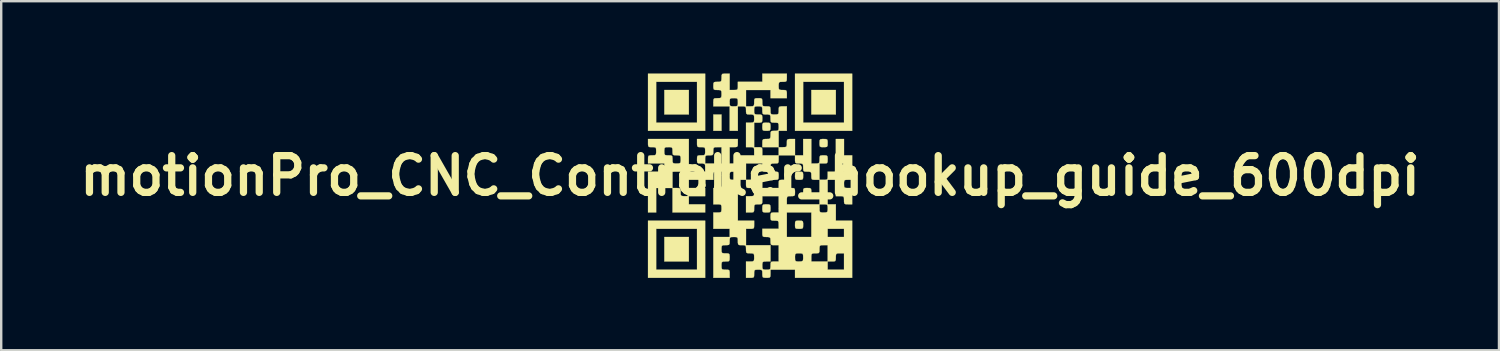
<source format=kicad_pcb>
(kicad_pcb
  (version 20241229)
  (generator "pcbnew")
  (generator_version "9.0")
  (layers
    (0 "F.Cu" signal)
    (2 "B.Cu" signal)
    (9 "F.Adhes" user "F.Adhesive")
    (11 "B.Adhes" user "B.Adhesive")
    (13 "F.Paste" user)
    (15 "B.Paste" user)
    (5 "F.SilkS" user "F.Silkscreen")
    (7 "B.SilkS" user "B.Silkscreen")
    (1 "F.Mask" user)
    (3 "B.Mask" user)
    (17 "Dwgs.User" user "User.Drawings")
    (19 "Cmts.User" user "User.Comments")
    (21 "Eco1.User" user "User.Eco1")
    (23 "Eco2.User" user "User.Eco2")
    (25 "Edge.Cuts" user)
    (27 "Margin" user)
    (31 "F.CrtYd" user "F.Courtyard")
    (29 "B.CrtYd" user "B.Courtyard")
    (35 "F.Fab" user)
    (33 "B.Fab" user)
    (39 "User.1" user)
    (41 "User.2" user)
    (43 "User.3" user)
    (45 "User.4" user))
  (footprint "motionPro_CNC_Controller_hookup_guide_600dpi"
    (layer "F.Cu")
    (at 28.056 4.238)
    (property "Reference" "motionPro_CNC_Controller_hookup_guide_600dpi" (at 0 0 0) (layer "F.SilkS") (effects (font (size 1.524 1.524) (thickness 0.3))))
    (attr through_hole)
    (fp_poly (pts (xy -2.54 -2.54) (xy -3.556 -2.54) (xy -3.556 -3.556) (xy -2.54 -3.556) (xy -2.54 -2.54)) (stroke (width 0.01) (type solid)) (fill yes) (layer "F.SilkS"))
    (fp_poly (pts (xy -2.54 3.556) (xy -3.556 3.556) (xy -3.556 2.54) (xy -2.54 2.54) (xy -2.54 3.556)) (stroke (width 0.01) (type solid)) (fill yes) (layer "F.SilkS"))
    (fp_poly (pts (xy -1.185 -1.863) (xy -1.524 -1.863) (xy -1.524 -2.54) (xy -1.185 -2.54) (xy -1.185 -1.863)) (stroke (width 0.01) (type solid)) (fill yes) (layer "F.SilkS"))
    (fp_poly (pts (xy 3.556 -2.54) (xy 2.54 -2.54) (xy 2.54 -3.556) (xy 3.556 -3.556) (xy 3.556 -2.54)) (stroke (width 0.01) (type solid)) (fill yes) (layer "F.SilkS"))
    (fp_poly (pts (xy -1.863 -1.863) (xy -4.233 -1.863) (xy -4.233 -3.895) (xy -3.895 -3.895) (xy -3.895 -2.201) (xy -2.201 -2.201) (xy -2.201 -3.895) (xy -3.895 -3.895) (xy -4.233 -3.895) (xy -4.233 -4.233) (xy -1.863 -4.233) (xy -1.863 -1.863)) (stroke (width 0.01) (type solid)) (fill yes) (layer "F.SilkS"))
    (fp_poly (pts (xy -1.863 4.233) (xy -4.233 4.233) (xy -4.233 2.201) (xy -3.895 2.201) (xy -3.895 3.895) (xy -2.201 3.895) (xy -2.201 2.201) (xy -3.895 2.201) (xy -4.233 2.201) (xy -4.233 1.863) (xy -1.863 1.863) (xy -1.863 4.233)) (stroke (width 0.01) (type solid)) (fill yes) (layer "F.SilkS"))
    (fp_poly (pts (xy 4.233 -1.863) (xy 1.863 -1.863) (xy 1.863 -3.895) (xy 2.201 -3.895) (xy 2.201 -2.201) (xy 3.895 -2.201) (xy 3.895 -3.895) (xy 2.201 -3.895) (xy 1.863 -3.895) (xy 1.863 -4.233) (xy 4.233 -4.233) (xy 4.233 -1.863)) (stroke (width 0.01) (type solid)) (fill yes) (layer "F.SilkS"))
    (fp_poly (pts (xy 0.786 -2.197) (xy 0.834 -2.169) (xy 0.846 -2.091) (xy 0.847 -2.032) (xy 0.843 -1.924) (xy 0.814 -1.875) (xy 0.737 -1.863) (xy 0.677 -1.863) (xy 0.569 -1.867) (xy 0.521 -1.895) (xy 0.508 -1.973) (xy 0.508 -2.032) (xy 0.512 -2.14) (xy 0.541 -2.189) (xy 0.618 -2.201) (xy 0.677 -2.201) (xy 0.786 -2.197)) (stroke (width 0.01) (type solid)) (fill yes) (layer "F.SilkS"))
    (fp_poly (pts (xy 0.786 1.189) (xy 0.834 1.218) (xy 0.846 1.295) (xy 0.847 1.355) (xy 0.843 1.463) (xy 0.814 1.511) (xy 0.737 1.524) (xy 0.677 1.524) (xy 0.569 1.52) (xy 0.521 1.491) (xy 0.508 1.414) (xy 0.508 1.355) (xy 0.512 1.246) (xy 0.541 1.198) (xy 0.618 1.186) (xy 0.677 1.185) (xy 0.786 1.189)) (stroke (width 0.01) (type solid)) (fill yes) (layer "F.SilkS"))
    (fp_poly (pts (xy 1.124 -0.165) (xy 1.173 -0.137) (xy 1.185 -0.059) (xy 1.185 0) (xy 1.181 0.108) (xy 1.153 0.157) (xy 1.075 0.169) (xy 1.016 0.169) (xy 0.908 0.165) (xy 0.859 0.137) (xy 0.847 0.059) (xy 0.847 0) (xy 0.851 -0.108) (xy 0.879 -0.157) (xy 0.957 -0.169) (xy 1.016 -0.169) (xy 1.124 -0.165)) (stroke (width 0.01) (type solid)) (fill yes) (layer "F.SilkS"))
    (fp_poly (pts (xy 2.14 -0.165) (xy 2.189 -0.137) (xy 2.201 -0.059) (xy 2.201 0) (xy 2.197 0.108) (xy 2.169 0.157) (xy 2.091 0.169) (xy 2.032 0.169) (xy 1.924 0.165) (xy 1.875 0.137) (xy 1.863 0.059) (xy 1.863 0) (xy 1.867 -0.108) (xy 1.895 -0.157) (xy 1.973 -0.169) (xy 2.032 -0.169) (xy 2.14 -0.165)) (stroke (width 0.01) (type solid)) (fill yes) (layer "F.SilkS"))
    (fp_poly (pts (xy 2.14 1.867) (xy 2.189 1.895) (xy 2.201 1.973) (xy 2.201 2.032) (xy 2.197 2.14) (xy 2.169 2.189) (xy 2.091 2.201) (xy 2.032 2.201) (xy 1.924 2.197) (xy 1.875 2.169) (xy 1.863 2.091) (xy 1.863 2.032) (xy 1.867 1.924) (xy 1.895 1.875) (xy 1.973 1.863) (xy 2.032 1.863) (xy 2.14 1.867)) (stroke (width 0.01) (type solid)) (fill yes) (layer "F.SilkS"))
    (fp_poly (pts (xy 2.479 0.512) (xy 2.527 0.541) (xy 2.54 0.618) (xy 2.54 0.677) (xy 2.536 0.786) (xy 2.507 0.834) (xy 2.43 0.846) (xy 2.371 0.847) (xy 2.262 0.843) (xy 2.214 0.814) (xy 2.202 0.737) (xy 2.201 0.677) (xy 2.205 0.569) (xy 2.234 0.521) (xy 2.311 0.508) (xy 2.371 0.508) (xy 2.479 0.512)) (stroke (width 0.01) (type solid)) (fill yes) (layer "F.SilkS"))
    (fp_poly (pts (xy 3.156 -1.52) (xy 3.205 -1.491) (xy 3.217 -1.414) (xy 3.217 -1.355) (xy 3.213 -1.246) (xy 3.185 -1.198) (xy 3.107 -1.186) (xy 3.048 -1.185) (xy 2.94 -1.189) (xy 2.891 -1.218) (xy 2.879 -1.295) (xy 2.879 -1.355) (xy 2.883 -1.463) (xy 2.911 -1.511) (xy 2.989 -1.524) (xy 3.048 -1.524) (xy 3.156 -1.52)) (stroke (width 0.01) (type solid)) (fill yes) (layer "F.SilkS"))
    (fp_poly (pts (xy -3.895 0.508) (xy -3.895 1.524) (xy -4.233 1.524) (xy -4.233 -0.169) (xy -3.556 -0.169) (xy -3.217 -0.169) (xy -3.217 0.508) (xy -3.048 0.508) (xy -2.94 0.512) (xy -2.891 0.541) (xy -2.879 0.618) (xy -2.879 0.677) (xy -2.875 0.786) (xy -2.846 0.834) (xy -2.769 0.846) (xy -2.709 0.847) (xy -2.601 0.843) (xy -2.553 0.814) (xy -2.54 0.737) (xy -2.54 0.677) (xy -2.544 0.569) (xy -2.573 0.521) (xy -2.65 0.508) (xy -2.709 0.508) (xy -2.879 0.508) (xy -2.879 -0.169) (xy -3.217 -0.169) (xy -3.556 -0.169) (xy -3.556 -0.508) (xy -4.233 -0.508) (xy -4.233 -0.677) (xy -4.229 -0.786) (xy -4.201 -0.834) (xy -4.123 -0.846) (xy -4.064 -0.847) (xy -3.956 -0.851) (xy -3.907 -0.879) (xy -3.895 -0.957) (xy -3.895 -1.016) (xy -3.556 -1.016) (xy -3.552 -0.908) (xy -3.523 -0.859) (xy -3.446 -0.847) (xy -3.387 -0.847) (xy -3.278 -0.843) (xy -3.23 -0.814) (xy -3.218 -0.737) (xy -3.217 -0.677) (xy -3.213 -0.569) (xy -3.185 -0.521) (xy -3.107 -0.508) (xy -3.048 -0.508) (xy -2.94 -0.512) (xy -2.891 -0.541) (xy -2.879 -0.618) (xy -2.879 -0.677) (xy -2.883 -0.786) (xy -2.911 -0.834) (xy -2.989 -0.846) (xy -3.048 -0.847) (xy -3.156 -0.851) (xy -3.205 -0.879) (xy -3.217 -0.957) (xy -3.217 -1.016) (xy -3.221 -1.124) (xy -3.25 -1.173) (xy -3.327 -1.185) (xy -3.387 -1.185) (xy -3.495 -1.181) (xy -3.543 -1.153) (xy -3.556 -1.075) (xy -3.556 -1.016) (xy -3.895 -1.016) (xy -3.899 -1.124) (xy -3.927 -1.173) (xy -4.005 -1.185) (xy -4.064 -1.185) (xy -4.172 -1.189) (xy -4.221 -1.218) (xy -4.233 -1.295) (xy -4.233 -1.355) (xy -4.233 -1.524) (xy -2.54 -1.524) (xy -2.54 -0.169) (xy -1.863 -0.169) (xy -1.863 -0.339) (xy -1.867 -0.447) (xy -1.895 -0.495) (xy -1.973 -0.508) (xy -2.032 -0.508) (xy -2.14 -0.512) (xy -2.189 -0.541) (xy -2.201 -0.618) (xy -2.201 -0.677) (xy -1.863 -0.677) (xy -1.863 -0.508) (xy -1.185 -0.508) (xy -1.185 -1.185) (xy -1.355 -1.185) (xy -1.463 -1.181) (xy -1.511 -1.153) (xy -1.524 -1.075) (xy -1.524 -1.016) (xy -1.528 -0.908) (xy -1.557 -0.859) (xy -1.634 -0.847) (xy -1.693 -0.847) (xy -1.802 -0.843) (xy -1.85 -0.814) (xy -1.862 -0.737) (xy -1.863 -0.677) (xy -2.201 -0.677) (xy -2.197 -0.786) (xy -2.169 -0.834) (xy -2.091 -0.846) (xy -2.032 -0.847) (xy -1.924 -0.851) (xy -1.875 -0.879) (xy -1.863 -0.957) (xy -1.863 -1.016) (xy -1.867 -1.124) (xy -1.895 -1.173) (xy -1.973 -1.185) (xy -2.032 -1.185) (xy -2.14 -1.189) (xy -2.189 -1.218) (xy -2.201 -1.295) (xy -2.201 -1.355) (xy -2.201 -1.524) (xy -0.508 -1.524) (xy -0.508 -1.355) (xy -0.512 -1.246) (xy -0.541 -1.198) (xy -0.618 -1.186) (xy -0.677 -1.185) (xy -0.847 -1.185) (xy -0.847 -0.508) (xy -0.677 -0.508) (xy -0.169 -0.508) (xy -0.169 0.169) (xy 0.508 0.169) (xy 0.508 0.508) (xy 1.185 0.508) (xy 1.185 0.339) (xy 1.189 0.23) (xy 1.218 0.182) (xy 1.295 0.17) (xy 1.355 0.169) (xy 1.463 0.173) (xy 1.511 0.202) (xy 1.524 0.279) (xy 1.524 0.339) (xy 1.528 0.447) (xy 1.557 0.495) (xy 1.634 0.508) (xy 1.693 0.508) (xy 1.802 0.512) (xy 1.85 0.541) (xy 1.862 0.618) (xy 1.863 0.677) (xy 1.859 0.786) (xy 1.83 0.834) (xy 1.753 0.846) (xy 1.693 0.847) (xy 1.585 0.851) (xy 1.537 0.879) (xy 1.524 0.957) (xy 1.524 1.016) (xy 1.524 1.185) (xy 2.879 1.185) (xy 2.879 1.355) (xy 2.883 1.463) (xy 2.911 1.511) (xy 2.989 1.524) (xy 3.048 1.524) (xy 3.156 1.52) (xy 3.205 1.491) (xy 3.217 1.414) (xy 3.217 1.355) (xy 3.213 1.246) (xy 3.185 1.198) (xy 3.107 1.186) (xy 3.048 1.185) (xy 2.879 1.185) (xy 2.879 0.169) (xy 2.709 0.169) (xy 2.601 0.165) (xy 2.553 0.137) (xy 2.54 0.059) (xy 2.54 0) (xy 2.536 -0.108) (xy 2.507 -0.157) (xy 2.43 -0.169) (xy 2.371 -0.169) (xy 2.262 -0.173) (xy 2.214 -0.202) (xy 2.202 -0.279) (xy 2.201 -0.339) (xy 2.197 -0.447) (xy 2.169 -0.495) (xy 2.091 -0.508) (xy 2.032 -0.508) (xy 1.924 -0.512) (xy 1.875 -0.541) (xy 1.863 -0.618) (xy 1.863 -0.677) (xy 1.863 -0.847) (xy 1.185 -0.847) (xy 1.185 -0.677) (xy 1.181 -0.569) (xy 1.153 -0.521) (xy 1.075 -0.508) (xy 1.016 -0.508) (xy 0.908 -0.504) (xy 0.859 -0.475) (xy 0.847 -0.398) (xy 0.847 -0.339) (xy 0.843 -0.23) (xy 0.814 -0.182) (xy 0.737 -0.17) (xy 0.677 -0.169) (xy 0.569 -0.173) (xy 0.521 -0.202) (xy 0.508 -0.279) (xy 0.508 -0.339) (xy 0.508 -0.508) (xy -0.169 -0.508) (xy -0.677 -0.508) (xy -0.569 -0.512) (xy -0.521 -0.541) (xy -0.508 -0.618) (xy -0.508 -0.677) (xy -0.508 -0.847) (xy 0.169 -0.847) (xy 0.169 -1.016) (xy 0.165 -1.124) (xy 0.137 -1.173) (xy 0.059 -1.185) (xy 0 -1.185) (xy -0.169 -1.185) (xy -0.169 -2.201) (xy 0 -2.201) (xy 0.108 -2.205) (xy 0.157 -2.234) (xy 0.169 -2.311) (xy 0.169 -2.371) (xy 0.165 -2.479) (xy 0.137 -2.527) (xy 0.059 -2.54) (xy 0 -2.54) (xy -0.108 -2.544) (xy -0.157 -2.573) (xy -0.169 -2.65) (xy -0.169 -2.709) (xy 0.169 -2.709) (xy 0.173 -2.601) (xy 0.202 -2.553) (xy 0.279 -2.54) (xy 0.339 -2.54) (xy 0.447 -2.536) (xy 0.495 -2.507) (xy 0.508 -2.43) (xy 0.508 -2.371) (xy 0.504 -2.262) (xy 0.475 -2.214) (xy 0.398 -2.202) (xy 0.339 -2.201) (xy 0.169 -2.201) (xy 0.169 -1.185) (xy 0.339 -1.185) (xy 0.447 -1.181) (xy 0.495 -1.153) (xy 0.508 -1.075) (xy 0.508 -1.016) (xy 0.508 -0.847) (xy 1.185 -0.847) (xy 1.185 -1.185) (xy 0.508 -1.185) (xy 0.508 -1.355) (xy 0.512 -1.463) (xy 0.541 -1.511) (xy 0.618 -1.524) (xy 0.677 -1.524) (xy 0.786 -1.528) (xy 0.834 -1.557) (xy 0.846 -1.634) (xy 0.847 -1.693) (xy 0.851 -1.802) (xy 0.879 -1.85) (xy 0.957 -1.862) (xy 1.016 -1.863) (xy 1.124 -1.867) (xy 1.173 -1.895) (xy 1.185 -1.973) (xy 1.185 -2.032) (xy 1.181 -2.14) (xy 1.153 -2.189) (xy 1.075 -2.201) (xy 1.016 -2.201) (xy 0.908 -2.205) (xy 0.859 -2.234) (xy 0.847 -2.311) (xy 0.847 -2.371) (xy 0.843 -2.479) (xy 0.814 -2.527) (xy 0.737 -2.54) (xy 0.677 -2.54) (xy 0.569 -2.544) (xy 0.521 -2.573) (xy 0.508 -2.65) (xy 0.508 -2.709) (xy 0.504 -2.818) (xy 0.475 -2.866) (xy 0.398 -2.878) (xy 0.339 -2.879) (xy 0.23 -2.875) (xy 0.182 -2.846) (xy 0.17 -2.769) (xy 0.169 -2.709) (xy -0.169 -2.709) (xy -0.173 -2.818) (xy -0.202 -2.866) (xy -0.279 -2.878) (xy -0.339 -2.879) (xy -0.508 -2.879) (xy -0.508 -1.863) (xy -0.847 -1.863) (xy -0.847 -2.879) (xy -1.524 -2.879) (xy -1.524 -3.048) (xy -0.847 -3.048) (xy -0.843 -2.94) (xy -0.814 -2.891) (xy -0.737 -2.879) (xy -0.677 -2.879) (xy -0.569 -2.883) (xy -0.521 -2.911) (xy -0.508 -2.989) (xy -0.508 -3.048) (xy -0.512 -3.156) (xy -0.541 -3.205) (xy -0.618 -3.217) (xy -0.677 -3.217) (xy -0.786 -3.213) (xy -0.834 -3.185) (xy -0.846 -3.107) (xy -0.847 -3.048) (xy -1.524 -3.048) (xy -1.52 -3.156) (xy -1.491 -3.205) (xy -1.414 -3.217) (xy -1.355 -3.217) (xy -1.246 -3.221) (xy -1.198 -3.25) (xy -1.186 -3.327) (xy -1.185 -3.387) (xy -1.189 -3.495) (xy -1.218 -3.543) (xy -1.295 -3.556) (xy -1.355 -3.556) (xy -1.463 -3.56) (xy -1.511 -3.589) (xy -1.524 -3.666) (xy -1.524 -3.725) (xy -1.52 -3.834) (xy -1.491 -3.882) (xy -1.414 -3.894) (xy -1.355 -3.895) (xy -1.246 -3.899) (xy -1.198 -3.927) (xy -1.186 -4.005) (xy -1.185 -4.064) (xy -1.181 -4.172) (xy -1.153 -4.221) (xy -1.075 -4.233) (xy -1.016 -4.233) (xy -0.847 -4.233) (xy -0.847 -3.556) (xy -0.677 -3.556) (xy -0.569 -3.56) (xy -0.521 -3.589) (xy -0.508 -3.666) (xy -0.508 -3.725) (xy -0.508 -3.895) (xy 0.508 -3.895) (xy 0.508 -4.233) (xy 1.524 -4.233) (xy 1.524 -4.064) (xy 1.52 -3.956) (xy 1.491 -3.907) (xy 1.414 -3.895) (xy 1.355 -3.895) (xy 1.246 -3.891) (xy 1.198 -3.862) (xy 1.186 -3.785) (xy 1.185 -3.725) (xy 1.189 -3.617) (xy 1.218 -3.569) (xy 1.295 -3.556) (xy 1.355 -3.556) (xy 1.463 -3.552) (xy 1.511 -3.523) (xy 1.524 -3.446) (xy 1.524 -3.387) (xy 1.524 -3.217) (xy 0.847 -3.217) (xy 0.847 -3.556) (xy -0.169 -3.556) (xy -0.169 -2.879) (xy 0 -2.879) (xy 0.108 -2.883) (xy 0.157 -2.911) (xy 0.169 -2.989) (xy 0.169 -3.048) (xy 0.173 -3.156) (xy 0.202 -3.205) (xy 0.279 -3.217) (xy 0.339 -3.217) (xy 0.447 -3.213) (xy 0.495 -3.185) (xy 0.508 -3.107) (xy 0.508 -3.048) (xy 0.512 -2.94) (xy 0.541 -2.891) (xy 0.618 -2.879) (xy 0.677 -2.879) (xy 0.786 -2.875) (xy 0.834 -2.846) (xy 0.846 -2.769) (xy 0.847 -2.709) (xy 0.851 -2.601) (xy 0.879 -2.553) (xy 0.957 -2.54) (xy 1.016 -2.54) (xy 1.124 -2.544) (xy 1.173 -2.573) (xy 1.185 -2.65) (xy 1.185 -2.709) (xy 1.189 -2.818) (xy 1.218 -2.866) (xy 1.295 -2.878) (xy 1.355 -2.879) (xy 1.524 -2.879) (xy 1.524 -1.863) (xy 1.185 -1.863) (xy 1.185 -1.185) (xy 1.355 -1.185) (xy 1.463 -1.189) (xy 1.511 -1.218) (xy 1.524 -1.295) (xy 1.524 -1.355) (xy 1.528 -1.463) (xy 1.557 -1.511) (xy 1.634 -1.524) (xy 1.693 -1.524) (xy 1.863 -1.524) (xy 1.863 -0.847) (xy 2.201 -0.847) (xy 2.201 -1.524) (xy 2.54 -1.524) (xy 2.54 -0.508) (xy 2.709 -0.508) (xy 2.818 -0.512) (xy 2.866 -0.541) (xy 2.878 -0.618) (xy 2.879 -0.677) (xy 2.883 -0.786) (xy 2.911 -0.834) (xy 2.989 -0.846) (xy 3.048 -0.847) (xy 3.156 -0.843) (xy 3.205 -0.814) (xy 3.217 -0.737) (xy 3.217 -0.677) (xy 3.213 -0.569) (xy 3.185 -0.521) (xy 3.107 -0.508) (xy 3.048 -0.508) (xy 2.879 -0.508) (xy 2.879 0.169) (xy 3.048 0.169) (xy 3.156 0.165) (xy 3.205 0.137) (xy 3.217 0.059) (xy 3.217 0) (xy 3.217 -0.169) (xy 3.895 -0.169) (xy 3.895 -0.339) (xy 3.891 -0.447) (xy 3.862 -0.495) (xy 3.785 -0.508) (xy 3.725 -0.508) (xy 3.556 -0.508) (xy 3.556 -1.524) (xy 3.895 -1.524) (xy 3.895 -0.847) (xy 4.233 -0.847) (xy 4.233 0.169) (xy 4.064 0.169) (xy 3.956 0.173) (xy 3.907 0.202) (xy 3.895 0.279) (xy 3.895 0.339) (xy 3.899 0.447) (xy 3.927 0.495) (xy 4.005 0.508) (xy 4.064 0.508) (xy 4.233 0.508) (xy 4.233 1.185) (xy 4.064 1.185) (xy 3.956 1.181) (xy 3.907 1.153) (xy 3.895 1.075) (xy 3.895 1.016) (xy 3.891 0.908) (xy 3.862 0.859) (xy 3.785 0.847) (xy 3.725 0.847) (xy 3.556 0.847) (xy 3.556 0.169) (xy 3.217 0.169) (xy 3.217 1.185) (xy 3.556 1.185) (xy 3.556 1.863) (xy 4.233 1.863) (xy 4.233 4.233) (xy 1.863 4.233) (xy 1.863 3.895) (xy 0.847 3.895) (xy 0.847 4.064) (xy 0.843 4.172) (xy 0.814 4.221) (xy 0.737 4.233) (xy 0.677 4.233) (xy 0.569 4.229) (xy 0.521 4.201) (xy 0.508 4.123) (xy 0.508 4.064) (xy 0.504 3.956) (xy 0.475 3.907) (xy 0.398 3.895) (xy 0.339 3.895) (xy 0.23 3.899) (xy 0.182 3.927) (xy 0.17 4.005) (xy 0.169 4.064) (xy 0.165 4.172) (xy 0.137 4.221) (xy 0.059 4.233) (xy 0 4.233) (xy -0.169 4.233) (xy -0.169 3.556) (xy 0 3.556) (xy 0.108 3.552) (xy 0.157 3.523) (xy 0.169 3.446) (xy 0.169 3.387) (xy 0.165 3.278) (xy 0.137 3.23) (xy 0.059 3.218) (xy 0 3.217) (xy -0.108 3.213) (xy -0.157 3.185) (xy -0.169 3.107) (xy -0.169 3.048) (xy -0.173 2.94) (xy -0.202 2.891) (xy -0.279 2.879) (xy -0.339 2.879) (xy -0.447 2.875) (xy -0.495 2.846) (xy -0.508 2.769) (xy -0.508 2.709) (xy -0.512 2.601) (xy -0.541 2.553) (xy -0.618 2.54) (xy -0.677 2.54) (xy -0.786 2.544) (xy -0.834 2.573) (xy -0.846 2.65) (xy -0.847 2.709) (xy -0.851 2.818) (xy -0.879 2.866) (xy -0.957 2.878) (xy -1.016 2.879) (xy -1.124 2.883) (xy -1.173 2.911) (xy -1.185 2.989) (xy -1.185 3.048) (xy -1.181 3.156) (xy -1.153 3.205) (xy -1.075 3.217) (xy -1.016 3.217) (xy -0.908 3.221) (xy -0.859 3.25) (xy -0.847 3.327) (xy -0.847 3.387) (xy -0.851 3.495) (xy -0.879 3.543) (xy -0.957 3.556) (xy -1.016 3.556) (xy -1.124 3.56) (xy -1.173 3.589) (xy -1.185 3.666) (xy -1.185 3.725) (xy -1.181 3.834) (xy -1.153 3.882) (xy -1.075 3.894) (xy -1.016 3.895) (xy -0.908 3.899) (xy -0.859 3.927) (xy -0.847 4.005) (xy -0.847 4.064) (xy -0.847 4.233) (xy -1.524 4.233) (xy -1.524 2.54) (xy -0.847 2.54) (xy -0.847 2.201) (xy -1.524 2.201) (xy -1.524 1.524) (xy -1.355 1.524) (xy -1.246 1.52) (xy -1.198 1.491) (xy -1.186 1.414) (xy -1.185 1.355) (xy -1.189 1.246) (xy -1.218 1.198) (xy -1.295 1.186) (xy -1.355 1.185) (xy -1.524 1.185) (xy -1.524 0.508) (xy -1.185 0.508) (xy -1.185 0) (xy -0.847 0) (xy -0.843 0.108) (xy -0.814 0.157) (xy -0.737 0.169) (xy -0.677 0.169) (xy -0.508 0.169) (xy -0.508 1.863) (xy 0.169 1.863) (xy 0.169 2.032) (xy 0.165 2.14) (xy 0.137 2.189) (xy 0.059 2.201) (xy 0 2.201) (xy -0.169 2.201) (xy -0.169 2.879) (xy 0.847 2.879) (xy 0.847 3.556) (xy 0.677 3.556) (xy 0.569 3.56) (xy 0.521 3.589) (xy 0.508 3.666) (xy 0.508 3.725) (xy 0.512 3.834) (xy 0.541 3.882) (xy 0.618 3.894) (xy 0.677 3.895) (xy 0.786 3.891) (xy 0.834 3.862) (xy 0.846 3.785) (xy 0.847 3.725) (xy 0.851 3.617) (xy 0.879 3.569) (xy 0.957 3.556) (xy 1.016 3.556) (xy 1.185 3.556) (xy 1.185 3.387) (xy 1.863 3.387) (xy 1.867 3.495) (xy 1.895 3.543) (xy 1.973 3.556) (xy 2.032 3.556) (xy 2.14 3.552) (xy 2.189 3.523) (xy 2.201 3.446) (xy 2.201 3.387) (xy 2.54 3.387) (xy 2.54 3.556) (xy 3.217 3.556) (xy 3.217 3.895) (xy 3.895 3.895) (xy 3.895 3.217) (xy 3.725 3.217) (xy 3.617 3.221) (xy 3.569 3.25) (xy 3.556 3.327) (xy 3.556 3.387) (xy 3.552 3.495) (xy 3.523 3.543) (xy 3.446 3.556) (xy 3.387 3.556) (xy 3.217 3.556) (xy 3.217 2.879) (xy 3.048 2.879) (xy 2.94 2.883) (xy 2.891 2.911) (xy 2.879 2.989) (xy 2.879 3.048) (xy 2.875 3.156) (xy 2.846 3.205) (xy 2.769 3.217) (xy 2.709 3.217) (xy 2.601 3.221) (xy 2.553 3.25) (xy 2.54 3.327) (xy 2.54 3.387) (xy 2.201 3.387) (xy 2.197 3.278) (xy 2.169 3.23) (xy 2.091 3.218) (xy 2.032 3.217) (xy 1.924 3.221) (xy 1.875 3.25) (xy 1.863 3.327) (xy 1.863 3.387) (xy 1.185 3.387) (xy 1.185 2.879) (xy 1.016 2.879) (xy 0.908 2.875) (xy 0.859 2.846) (xy 0.847 2.769) (xy 0.847 2.709) (xy 0.843 2.601) (xy 0.814 2.553) (xy 0.737 2.54) (xy 0.677 2.54) (xy 0.569 2.536) (xy 0.521 2.507) (xy 0.508 2.43) (xy 0.508 2.371) (xy 0.508 2.201) (xy 1.185 2.201) (xy 1.185 2.032) (xy 1.181 1.924) (xy 1.153 1.875) (xy 1.075 1.863) (xy 1.016 1.863) (xy 0.908 1.859) (xy 0.859 1.83) (xy 0.847 1.753) (xy 0.847 1.693) (xy 0.851 1.585) (xy 0.879 1.537) (xy 0.957 1.524) (xy 1.016 1.524) (xy 1.185 1.524) (xy 1.524 1.524) (xy 1.524 2.54) (xy 2.54 2.54) (xy 2.54 2.201) (xy 3.217 2.201) (xy 3.217 2.54) (xy 3.895 2.54) (xy 3.895 2.201) (xy 3.217 2.201) (xy 2.54 2.201) (xy 2.54 1.524) (xy 1.524 1.524) (xy 1.185 1.524) (xy 1.185 0.847) (xy 0.508 0.847) (xy 0.508 1.016) (xy 0.504 1.124) (xy 0.475 1.173) (xy 0.398 1.185) (xy 0.339 1.185) (xy 0.23 1.189) (xy 0.182 1.218) (xy 0.17 1.295) (xy 0.169 1.355) (xy 0.165 1.463) (xy 0.137 1.511) (xy 0.059 1.524) (xy 0 1.524) (xy -0.169 1.524) (xy -0.169 0.847) (xy 0 0.847) (xy 0.108 0.843) (xy 0.157 0.814) (xy 0.169 0.737) (xy 0.169 0.677) (xy 0.165 0.569) (xy 0.137 0.521) (xy 0.059 0.508) (xy 0 0.508) (xy -0.108 0.504) (xy -0.157 0.475) (xy -0.169 0.398) (xy -0.169 0.339) (xy -0.169 0.169) (xy -0.339 0.169) (xy -0.447 0.165) (xy -0.495 0.137) (xy -0.508 0.059) (xy -0.508 0) (xy -0.512 -0.108) (xy -0.541 -0.157) (xy -0.618 -0.169) (xy -0.677 -0.169) (xy -0.786 -0.165) (xy -0.834 -0.137) (xy -0.846 -0.059) (xy -0.847 0) (xy -1.185 0) (xy -1.185 -0.169) (xy -1.355 -0.169) (xy -1.463 -0.165) (xy -1.511 -0.137) (xy -1.524 -0.059) (xy -1.524 0) (xy -1.524 0.169) (xy -2.54 0.169) (xy -2.54 0.508) (xy -1.863 0.508) (xy -1.863 0.847) (xy -2.54 0.847) (xy -2.54 1.185) (xy -1.863 1.185) (xy -1.863 1.524) (xy -3.217 1.524) (xy -3.217 0.508) (xy -3.895 0.508)) (stroke (width 0.01) (type solid)) (fill yes) (layer "F.SilkS")))
  (gr_rect
    (start -3 -3)
    (end 59.112 11.477)
    (stroke (width 0.1) (type default))
    (fill no)
    (layer "Edge.Cuts")))
</source>
